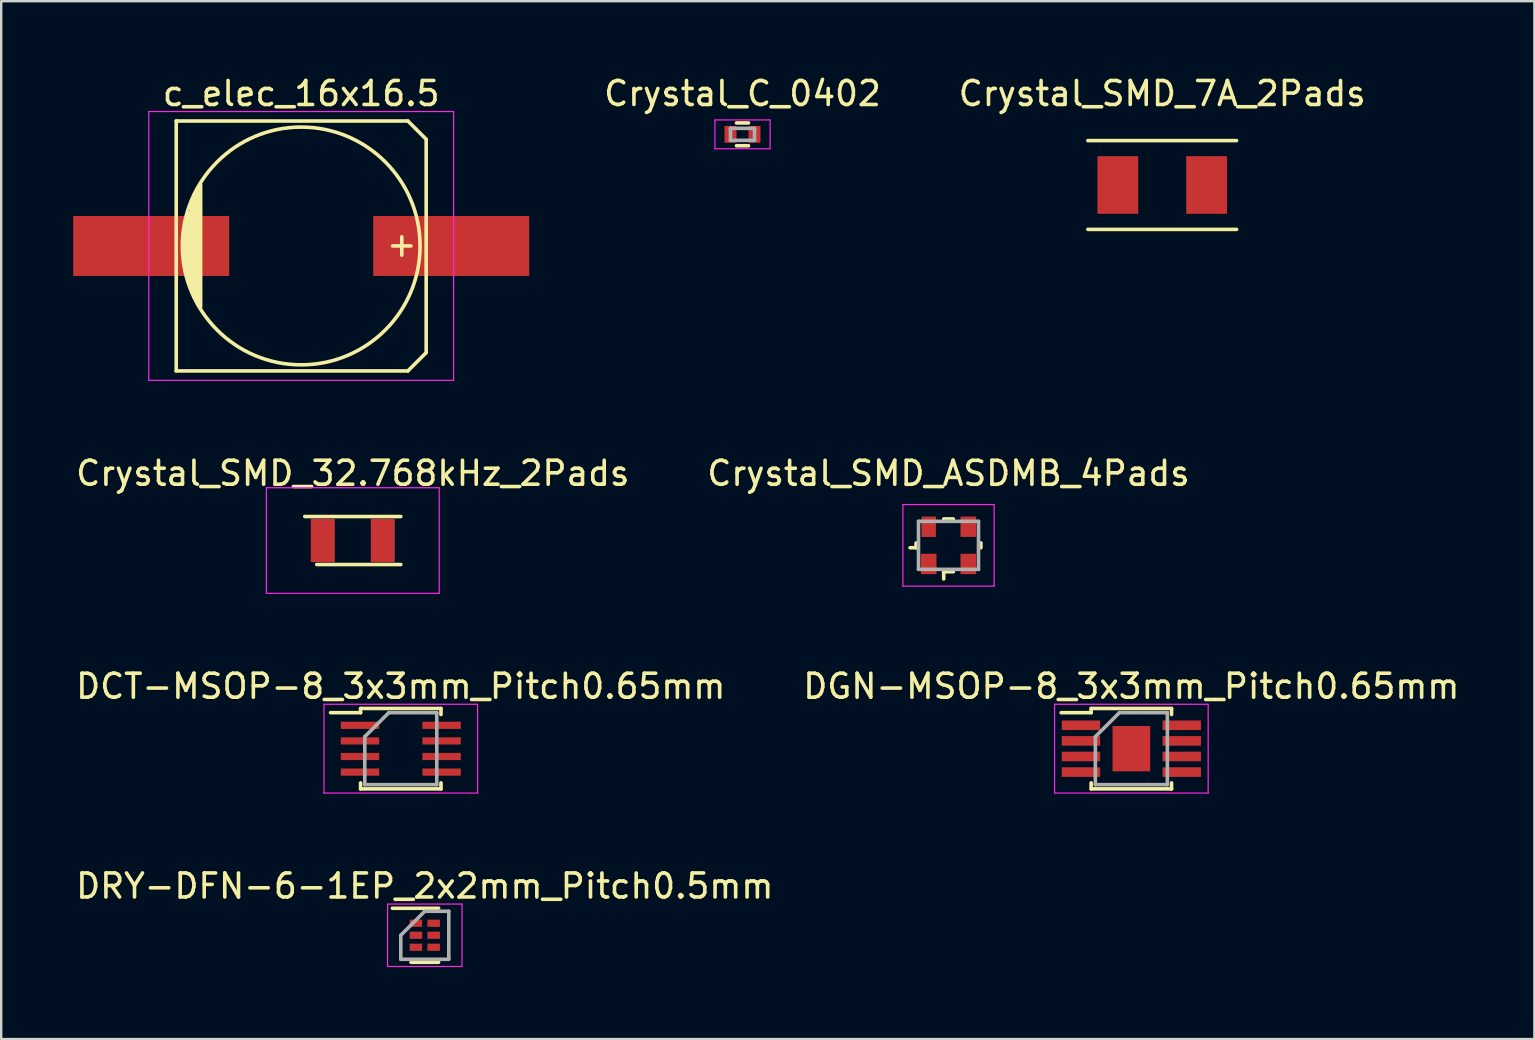
<source format=kicad_pcb>
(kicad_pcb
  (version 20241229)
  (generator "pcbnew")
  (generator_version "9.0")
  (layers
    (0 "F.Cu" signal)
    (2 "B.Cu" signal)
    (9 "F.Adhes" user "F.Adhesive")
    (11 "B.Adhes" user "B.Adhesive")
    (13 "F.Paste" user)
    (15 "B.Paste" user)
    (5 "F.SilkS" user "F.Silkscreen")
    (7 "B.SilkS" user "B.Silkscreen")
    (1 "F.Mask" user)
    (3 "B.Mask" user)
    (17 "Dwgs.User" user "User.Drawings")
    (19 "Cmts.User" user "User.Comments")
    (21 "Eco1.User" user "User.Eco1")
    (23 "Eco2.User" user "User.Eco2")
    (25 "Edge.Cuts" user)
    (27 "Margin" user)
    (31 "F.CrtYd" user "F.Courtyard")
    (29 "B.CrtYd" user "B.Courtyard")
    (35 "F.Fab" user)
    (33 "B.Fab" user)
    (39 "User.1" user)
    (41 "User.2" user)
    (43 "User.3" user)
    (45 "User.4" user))
  (footprint "Crystal_C_0402"
    (layer "F.Cu")
    (at 27.887 2.548)
    (property "Reference" "Crystal_C_0402" (at 0 -1.7 0) (layer "F.SilkS") (effects (font (size 1 1) (thickness 0.15))))
    (attr smd)
    (fp_line (start -0.25 0.475) (end 0.25 0.475) (stroke (width 0.15) (type solid)) (layer "F.SilkS"))
    (fp_line (start 0.25 -0.475) (end -0.25 -0.475) (stroke (width 0.15) (type solid)) (layer "F.SilkS"))
    (fp_line (start -1.15 -0.6) (end -1.15 0.6) (stroke (width 0.05) (type solid)) (layer "F.CrtYd"))
    (fp_line (start -1.15 -0.6) (end 1.15 -0.6) (stroke (width 0.05) (type solid)) (layer "F.CrtYd"))
    (fp_line (start -1.15 0.6) (end 1.15 0.6) (stroke (width 0.05) (type solid)) (layer "F.CrtYd"))
    (fp_line (start 1.15 -0.6) (end 1.15 0.6) (stroke (width 0.05) (type solid)) (layer "F.CrtYd"))
    (fp_line (start -0.5 -0.25) (end 0.5 -0.25) (stroke (width 0.15) (type solid)) (layer "F.Fab"))
    (fp_line (start -0.5 0.25) (end -0.5 -0.25) (stroke (width 0.15) (type solid)) (layer "F.Fab"))
    (fp_line (start 0.5 -0.25) (end 0.5 0.25) (stroke (width 0.15) (type solid)) (layer "F.Fab"))
    (fp_line (start 0.5 0.25) (end -0.5 0.25) (stroke (width 0.15) (type solid)) (layer "F.Fab"))
    (pad "1" smd rect (at -0.5 0) (size 0.5 0.7) (layers "F.Cu" "F.Mask" "F.Paste"))
    (pad "2" smd rect (at 0.5 0) (size 0.5 0.7) (layers "F.Cu" "F.Mask" "F.Paste")))
  (footprint "c_elec_16x16.5"
    (layer "F.Cu")
    (at 9.5 7.198)
    (property "Reference" "c_elec_16x16.5" (at 0 -6.35 0) (layer "F.SilkS") (effects (font (size 1 1) (thickness 0.15))))
    (attr smd)
    (fp_line (start -5.207 -5.207) (end -5.207 5.207) (stroke (width 0.15) (type solid)) (layer "F.SilkS"))
    (fp_line (start -5.207 5.207) (end 4.445 5.207) (stroke (width 0.15) (type solid)) (layer "F.SilkS"))
    (fp_line (start -4.826 1.016) (end -4.826 -1.016) (stroke (width 0.15) (type solid)) (layer "F.SilkS"))
    (fp_line (start -4.699 -1.397) (end -4.699 1.524) (stroke (width 0.15) (type solid)) (layer "F.SilkS"))
    (fp_line (start -4.572 1.778) (end -4.572 -1.778) (stroke (width 0.15) (type solid)) (layer "F.SilkS"))
    (fp_line (start -4.445 -2.159) (end -4.445 2.159) (stroke (width 0.15) (type solid)) (layer "F.SilkS"))
    (fp_line (start -4.318 2.413) (end -4.318 -2.413) (stroke (width 0.15) (type solid)) (layer "F.SilkS"))
    (fp_line (start -4.191 -2.54) (end -4.191 2.54) (stroke (width 0.15) (type solid)) (layer "F.SilkS"))
    (fp_line (start 4.191 -0.381) (end 4.191 0.381) (stroke (width 0.15) (type solid)) (layer "F.SilkS"))
    (fp_line (start 4.445 -5.207) (end -5.207 -5.207) (stroke (width 0.15) (type solid)) (layer "F.SilkS"))
    (fp_line (start 4.445 5.207) (end 5.207 4.445) (stroke (width 0.15) (type solid)) (layer "F.SilkS"))
    (fp_line (start 4.572 0) (end 3.81 0) (stroke (width 0.15) (type solid)) (layer "F.SilkS"))
    (fp_line (start 5.207 -4.445) (end 4.445 -5.207) (stroke (width 0.15) (type solid)) (layer "F.SilkS"))
    (fp_line (start 5.207 4.445) (end 5.207 -4.445) (stroke (width 0.15) (type solid)) (layer "F.SilkS"))
    (fp_circle (center 0 0) (end 4.953 0) (stroke (width 0.15) (type solid)) (fill no) (layer "F.SilkS"))
    (fp_line (start -6.35 -5.6) (end 6.35 -5.6) (stroke (width 0.05) (type solid)) (layer "F.CrtYd"))
    (fp_line (start -6.35 5.6) (end -6.35 -5.6) (stroke (width 0.05) (type solid)) (layer "F.CrtYd"))
    (fp_line (start 6.35 -5.6) (end 6.35 5.6) (stroke (width 0.05) (type solid)) (layer "F.CrtYd"))
    (fp_line (start 6.35 5.6) (end -6.35 5.6) (stroke (width 0.05) (type solid)) (layer "F.CrtYd"))
    (pad "1" smd rect (at 6.25 0) (size 6.5 2.5) (layers "F.Cu" "F.Mask" "F.Paste"))
    (pad "2" smd rect (at -6.25 0) (size 6.5 2.5) (layers "F.Cu" "F.Mask" "F.Paste")))
  (footprint "DGN-MSOP-8_3x3mm_Pitch0.65mm"
    (layer "F.Cu")
    (at 44.089 28.145)
    (property "Reference" "DGN-MSOP-8_3x3mm_Pitch0.65mm" (at 0 -2.6 0) (layer "F.SilkS") (effects (font (size 1 1) (thickness 0.15))))
    (attr smd)
    (fp_line (start -1.675 -1.675) (end -1.675 -1.5) (stroke (width 0.15) (type solid)) (layer "F.SilkS"))
    (fp_line (start -1.675 -1.675) (end 1.675 -1.675) (stroke (width 0.15) (type solid)) (layer "F.SilkS"))
    (fp_line (start -1.675 -1.5) (end -2.925 -1.5) (stroke (width 0.15) (type solid)) (layer "F.SilkS"))
    (fp_line (start -1.675 1.675) (end -1.675 1.425) (stroke (width 0.15) (type solid)) (layer "F.SilkS"))
    (fp_line (start -1.675 1.675) (end 1.675 1.675) (stroke (width 0.15) (type solid)) (layer "F.SilkS"))
    (fp_line (start 1.675 -1.675) (end 1.675 -1.425) (stroke (width 0.15) (type solid)) (layer "F.SilkS"))
    (fp_line (start 1.675 1.675) (end 1.675 1.425) (stroke (width 0.15) (type solid)) (layer "F.SilkS"))
    (fp_line (start -3.2 -1.85) (end -3.2 1.85) (stroke (width 0.05) (type solid)) (layer "F.CrtYd"))
    (fp_line (start -3.2 -1.85) (end 3.2 -1.85) (stroke (width 0.05) (type solid)) (layer "F.CrtYd"))
    (fp_line (start -3.2 1.85) (end 3.2 1.85) (stroke (width 0.05) (type solid)) (layer "F.CrtYd"))
    (fp_line (start 3.2 -1.85) (end 3.2 1.85) (stroke (width 0.05) (type solid)) (layer "F.CrtYd"))
    (fp_line (start -1.5 -0.5) (end -0.5 -1.5) (stroke (width 0.15) (type solid)) (layer "F.Fab"))
    (fp_line (start -1.5 1.5) (end -1.5 -0.5) (stroke (width 0.15) (type solid)) (layer "F.Fab"))
    (fp_line (start -0.5 -1.5) (end 1.5 -1.5) (stroke (width 0.15) (type solid)) (layer "F.Fab"))
    (fp_line (start 1.5 -1.5) (end 1.5 1.5) (stroke (width 0.15) (type solid)) (layer "F.Fab"))
    (fp_line (start 1.5 1.5) (end -1.5 1.5) (stroke (width 0.15) (type solid)) (layer "F.Fab"))
    (pad "1" smd rect (at -2.1 -0.975) (size 1.6 0.4) (layers "F.Cu" "F.Mask" "F.Paste"))
    (pad "2" smd rect (at -2.1 -0.325) (size 1.6 0.4) (layers "F.Cu" "F.Mask" "F.Paste"))
    (pad "3" smd rect (at -2.1 0.325) (size 1.6 0.4) (layers "F.Cu" "F.Mask" "F.Paste"))
    (pad "4" smd rect (at -2.1 0.975) (size 1.6 0.4) (layers "F.Cu" "F.Mask" "F.Paste"))
    (pad "5" smd rect (at 2.1 0.975) (size 1.6 0.4) (layers "F.Cu" "F.Mask" "F.Paste"))
    (pad "6" smd rect (at 2.1 0.325) (size 1.6 0.4) (layers "F.Cu" "F.Mask" "F.Paste"))
    (pad "7" smd rect (at 2.1 -0.325) (size 1.6 0.4) (layers "F.Cu" "F.Mask" "F.Paste"))
    (pad "8" smd rect (at 2.1 -0.975) (size 1.6 0.4) (layers "F.Cu" "F.Mask" "F.Paste"))
    (pad "9" smd rect (at 0 0) (size 1.57 1.89) (layers "F.Cu" "F.Mask" "F.Paste")))
  (footprint "Crystal_SMD_32.768kHz_2Pads"
    (layer "F.Cu")
    (at 11.649 19.471)
    (property "Reference" "Crystal_SMD_32.768kHz_2Pads" (at 0 -2.8 0) (layer "F.SilkS") (effects (font (size 1 1) (thickness 0.15))))
    (attr smd)
    (fp_line (start -2 -1) (end 2 -1) (stroke (width 0.15) (type solid)) (layer "F.SilkS"))
    (fp_line (start 2 1) (end -1.5 1) (stroke (width 0.15) (type solid)) (layer "F.SilkS"))
    (fp_line (start -3.6 -2.2) (end -3.6 2.2) (stroke (width 0.05) (type solid)) (layer "F.CrtYd"))
    (fp_line (start -3.6 2.2) (end 3.6 2.2) (stroke (width 0.05) (type solid)) (layer "F.CrtYd"))
    (fp_line (start 3.6 -2.2) (end -3.6 -2.2) (stroke (width 0.05) (type solid)) (layer "F.CrtYd"))
    (fp_line (start 3.6 2.2) (end 3.6 -2.2) (stroke (width 0.05) (type solid)) (layer "F.CrtYd"))
    (pad "1" smd rect (at -1.25 0) (size 1 1.8) (layers "F.Cu" "F.Mask" "F.Paste"))
    (pad "2" smd rect (at 1.25 0) (size 1 1.8) (layers "F.Cu" "F.Mask" "F.Paste")))
  (footprint "Crystal_SMD_7A_2Pads"
    (layer "F.Cu")
    (at 45.375 4.658)
    (property "Reference" "Crystal_SMD_7A_2Pads" (at 0 -3.81 0) (layer "F.SilkS") (effects (font (size 1 1) (thickness 0.15))))
    (attr smd)
    (fp_line (start -3.099 -1.849) (end 3.099 -1.849) (stroke (width 0.15) (type solid)) (layer "F.SilkS"))
    (fp_line (start 3.099 1.849) (end -3.099 1.849) (stroke (width 0.15) (type solid)) (layer "F.SilkS"))
    (pad "1" smd rect (at -1.85 0) (size 1.7 2.4) (layers "F.Cu" "F.Mask" "F.Paste"))
    (pad "2" smd rect (at 1.85 0) (size 1.7 2.4) (layers "F.Cu" "F.Mask" "F.Paste")))
  (footprint "DCT-MSOP-8_3x3mm_Pitch0.65mm"
    (layer "F.Cu")
    (at 13.649 28.145)
    (property "Reference" "DCT-MSOP-8_3x3mm_Pitch0.65mm" (at 0 -2.6 0) (layer "F.SilkS") (effects (font (size 1 1) (thickness 0.15))))
    (attr smd)
    (fp_line (start -1.675 -1.675) (end -1.675 -1.5) (stroke (width 0.15) (type solid)) (layer "F.SilkS"))
    (fp_line (start -1.675 -1.675) (end 1.675 -1.675) (stroke (width 0.15) (type solid)) (layer "F.SilkS"))
    (fp_line (start -1.675 -1.5) (end -2.925 -1.5) (stroke (width 0.15) (type solid)) (layer "F.SilkS"))
    (fp_line (start -1.675 1.675) (end -1.675 1.425) (stroke (width 0.15) (type solid)) (layer "F.SilkS"))
    (fp_line (start -1.675 1.675) (end 1.675 1.675) (stroke (width 0.15) (type solid)) (layer "F.SilkS"))
    (fp_line (start 1.675 -1.675) (end 1.675 -1.425) (stroke (width 0.15) (type solid)) (layer "F.SilkS"))
    (fp_line (start 1.675 1.675) (end 1.675 1.425) (stroke (width 0.15) (type solid)) (layer "F.SilkS"))
    (fp_line (start -3.2 -1.85) (end -3.2 1.85) (stroke (width 0.05) (type solid)) (layer "F.CrtYd"))
    (fp_line (start -3.2 -1.85) (end 3.2 -1.85) (stroke (width 0.05) (type solid)) (layer "F.CrtYd"))
    (fp_line (start -3.2 1.85) (end 3.2 1.85) (stroke (width 0.05) (type solid)) (layer "F.CrtYd"))
    (fp_line (start 3.2 -1.85) (end 3.2 1.85) (stroke (width 0.05) (type solid)) (layer "F.CrtYd"))
    (fp_line (start -1.5 -0.5) (end -0.5 -1.5) (stroke (width 0.15) (type solid)) (layer "F.Fab"))
    (fp_line (start -1.5 1.5) (end -1.5 -0.5) (stroke (width 0.15) (type solid)) (layer "F.Fab"))
    (fp_line (start -0.5 -1.5) (end 1.5 -1.5) (stroke (width 0.15) (type solid)) (layer "F.Fab"))
    (fp_line (start 1.5 -1.5) (end 1.5 1.5) (stroke (width 0.15) (type solid)) (layer "F.Fab"))
    (fp_line (start 1.5 1.5) (end -1.5 1.5) (stroke (width 0.15) (type solid)) (layer "F.Fab"))
    (pad "1" smd rect (at -1.7 -0.975) (size 1.6 0.3) (layers "F.Cu" "F.Mask" "F.Paste"))
    (pad "2" smd rect (at -1.7 -0.325) (size 1.6 0.3) (layers "F.Cu" "F.Mask" "F.Paste"))
    (pad "3" smd rect (at -1.7 0.325) (size 1.6 0.3) (layers "F.Cu" "F.Mask" "F.Paste"))
    (pad "4" smd rect (at -1.7 0.975) (size 1.6 0.3) (layers "F.Cu" "F.Mask" "F.Paste"))
    (pad "5" smd rect (at 1.7 0.975) (size 1.6 0.3) (layers "F.Cu" "F.Mask" "F.Paste"))
    (pad "6" smd rect (at 1.7 0.325) (size 1.6 0.3) (layers "F.Cu" "F.Mask" "F.Paste"))
    (pad "7" smd rect (at 1.7 -0.325) (size 1.6 0.3) (layers "F.Cu" "F.Mask" "F.Paste"))
    (pad "8" smd rect (at 1.7 -0.975) (size 1.6 0.3) (layers "F.Cu" "F.Mask" "F.Paste")))
  (footprint "Crystal_SMD_ASDMB_4Pads"
    (layer "F.Cu")
    (at 36.47 19.672)
    (property "Reference" "Crystal_SMD_ASDMB_4Pads" (at 0 -3 0) (layer "F.SilkS") (effects (font (size 1 1) (thickness 0.15))))
    (attr smd)
    (fp_line (start -1.35 0.1) (end -1.6 0.1) (stroke (width 0.15) (type solid)) (layer "F.SilkS"))
    (fp_line (start -1.35 0.1) (end -1.35 -0.1) (stroke (width 0.15) (type solid)) (layer "F.SilkS"))
    (fp_line (start -0.2 -1.1) (end 0.2 -1.1) (stroke (width 0.15) (type solid)) (layer "F.SilkS"))
    (fp_line (start -0.2 1.1) (end -0.2 1.4) (stroke (width 0.15) (type solid)) (layer "F.SilkS"))
    (fp_line (start 0.2 1.1) (end -0.2 1.1) (stroke (width 0.15) (type solid)) (layer "F.SilkS"))
    (fp_line (start 1.35 0.1) (end 1.35 -0.1) (stroke (width 0.15) (type solid)) (layer "F.SilkS"))
    (fp_line (start -1.9 -1.7) (end -1.9 1.7) (stroke (width 0.05) (type solid)) (layer "F.CrtYd"))
    (fp_line (start -1.9 1.7) (end 1.9 1.7) (stroke (width 0.05) (type solid)) (layer "F.CrtYd"))
    (fp_line (start 1.9 -1.7) (end -1.9 -1.7) (stroke (width 0.05) (type solid)) (layer "F.CrtYd"))
    (fp_line (start 1.9 1.7) (end 1.9 -1.7) (stroke (width 0.05) (type solid)) (layer "F.CrtYd"))
    (fp_line (start -1.25 -1) (end -1.25 1) (stroke (width 0.15) (type solid)) (layer "F.Fab"))
    (fp_line (start -1.25 1) (end 1.25 1) (stroke (width 0.15) (type solid)) (layer "F.Fab"))
    (fp_line (start 1.25 -1) (end -1.25 -1) (stroke (width 0.15) (type solid)) (layer "F.Fab"))
    (fp_line (start 1.25 1) (end 1.25 -1) (stroke (width 0.15) (type solid)) (layer "F.Fab"))
    (pad "1" smd rect (at -0.825 0.775) (size 0.65 0.85) (layers "F.Cu" "F.Mask" "F.Paste"))
    (pad "2" smd rect (at 0.825 -0.775) (size 0.65 0.85) (layers "F.Cu" "F.Mask" "F.Paste"))
    (pad "3" smd rect (at -0.825 -0.775) (size 0.6 0.85) (layers "F.Cu" "F.Mask" "F.Paste"))
    (pad "3" smd rect (at 0.825 0.775) (size 0.65 0.85) (layers "F.Cu" "F.Mask" "F.Paste")))
  (footprint "DRY-DFN-6-1EP_2x2mm_Pitch0.5mm"
    (layer "F.Cu")
    (at 14.649 35.918)
    (property "Reference" "DRY-DFN-6-1EP_2x2mm_Pitch0.5mm" (at 0 -2.05 0) (layer "F.SilkS") (effects (font (size 1 1) (thickness 0.15))))
    (attr smd)
    (fp_line (start -1.35 -1.125) (end 0.575 -1.125) (stroke (width 0.15) (type solid)) (layer "F.SilkS"))
    (fp_line (start -0.575 1.125) (end 0.575 1.125) (stroke (width 0.15) (type solid)) (layer "F.SilkS"))
    (fp_line (start -1.55 -1.3) (end -1.55 1.3) (stroke (width 0.05) (type solid)) (layer "F.CrtYd"))
    (fp_line (start -1.55 -1.3) (end 1.55 -1.3) (stroke (width 0.05) (type solid)) (layer "F.CrtYd"))
    (fp_line (start -1.55 1.3) (end 1.55 1.3) (stroke (width 0.05) (type solid)) (layer "F.CrtYd"))
    (fp_line (start 1.55 -1.3) (end 1.55 1.3) (stroke (width 0.05) (type solid)) (layer "F.CrtYd"))
    (fp_line (start -1 0) (end 0 -1) (stroke (width 0.15) (type solid)) (layer "F.Fab"))
    (fp_line (start -1 1) (end -1 0) (stroke (width 0.15) (type solid)) (layer "F.Fab"))
    (fp_line (start 0 -1) (end 1 -1) (stroke (width 0.15) (type solid)) (layer "F.Fab"))
    (fp_line (start 1 -1) (end 1 1) (stroke (width 0.15) (type solid)) (layer "F.Fab"))
    (fp_line (start 1 1) (end -1 1) (stroke (width 0.15) (type solid)) (layer "F.Fab"))
    (pad "1" smd rect (at -0.37 -0.5) (size 0.52 0.3) (layers "F.Cu" "F.Mask" "F.Paste"))
    (pad "2" smd rect (at -0.37 0) (size 0.52 0.3) (layers "F.Cu" "F.Mask" "F.Paste"))
    (pad "3" smd rect (at -0.37 0.5) (size 0.52 0.3) (layers "F.Cu" "F.Mask" "F.Paste"))
    (pad "4" smd rect (at 0.37 0.5) (size 0.52 0.3) (layers "F.Cu" "F.Mask" "F.Paste"))
    (pad "5" smd rect (at 0.37 0) (size 0.52 0.3) (layers "F.Cu" "F.Mask" "F.Paste"))
    (pad "6" smd rect (at 0.37 -0.5) (size 0.52 0.3) (layers "F.Cu" "F.Mask" "F.Paste")))
  (gr_rect
    (start -3 -3)
    (end 60.881 40.243)
    (stroke (width 0.1) (type default))
    (fill no)
    (layer "Edge.Cuts")))
</source>
